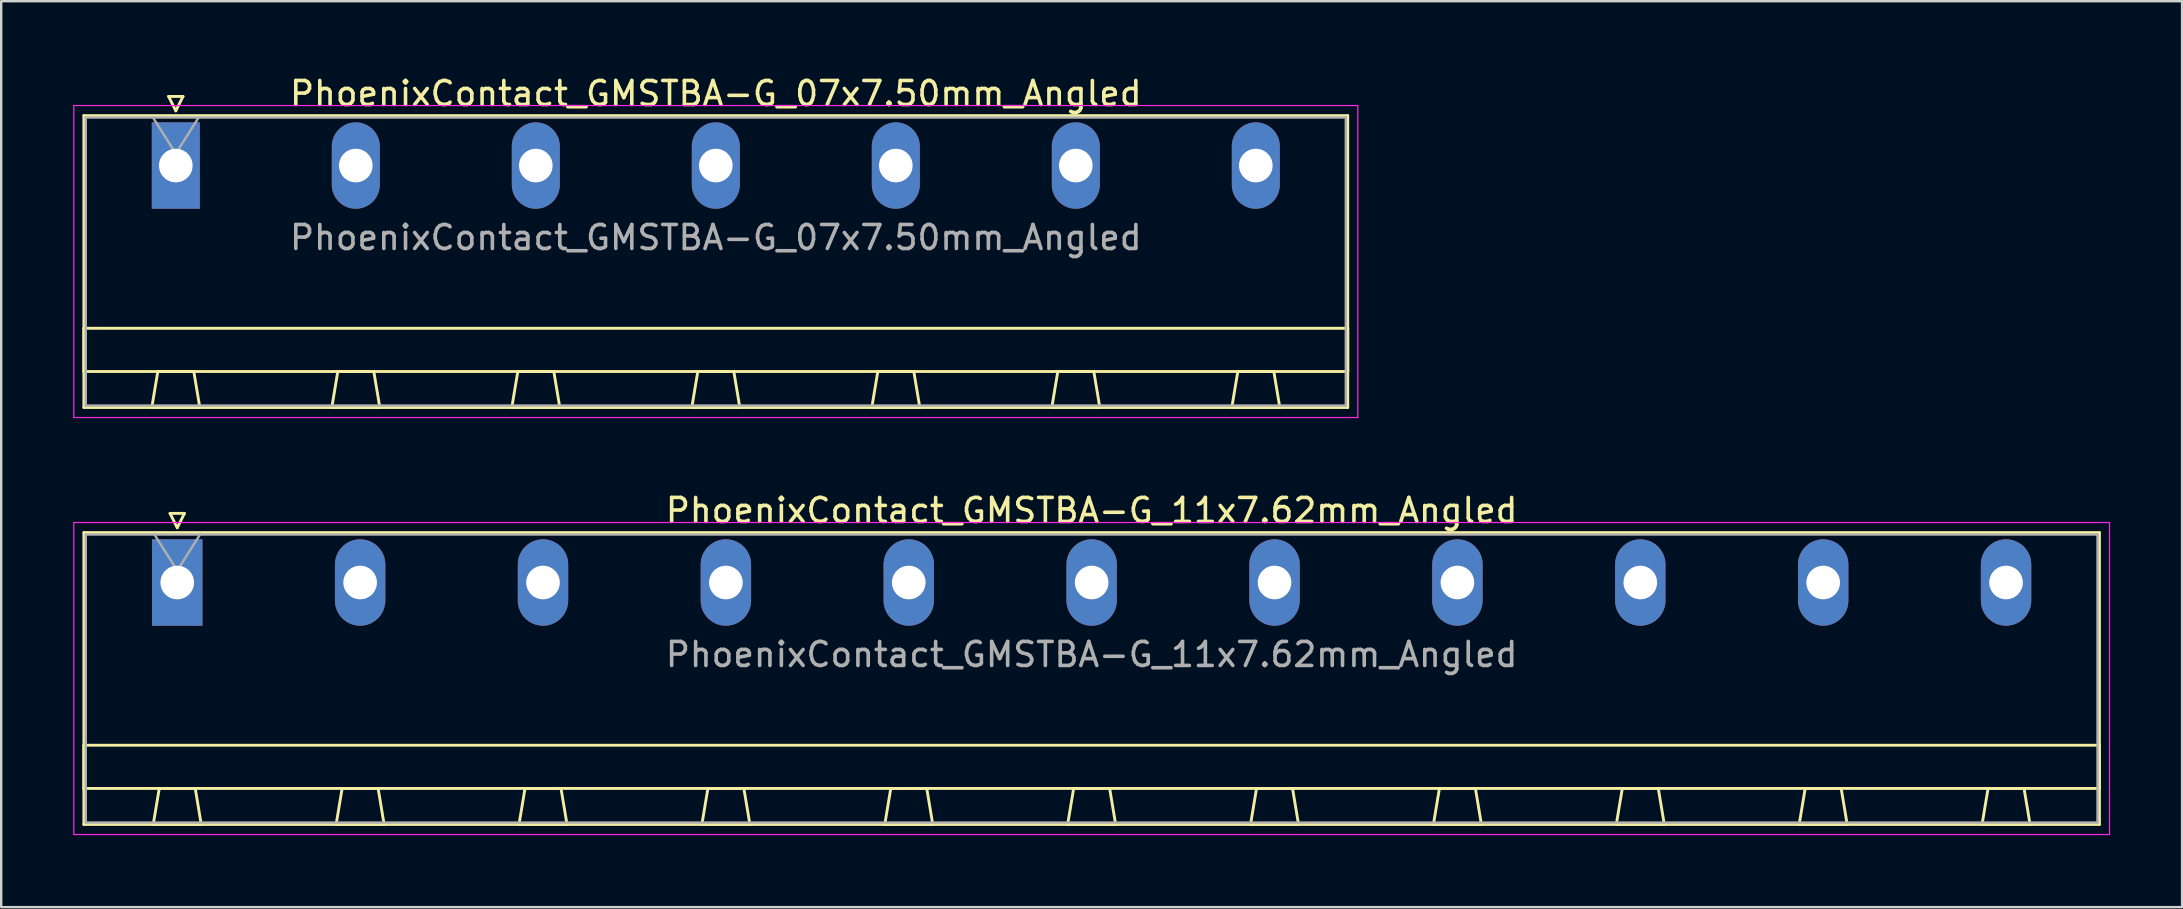
<source format=kicad_pcb>
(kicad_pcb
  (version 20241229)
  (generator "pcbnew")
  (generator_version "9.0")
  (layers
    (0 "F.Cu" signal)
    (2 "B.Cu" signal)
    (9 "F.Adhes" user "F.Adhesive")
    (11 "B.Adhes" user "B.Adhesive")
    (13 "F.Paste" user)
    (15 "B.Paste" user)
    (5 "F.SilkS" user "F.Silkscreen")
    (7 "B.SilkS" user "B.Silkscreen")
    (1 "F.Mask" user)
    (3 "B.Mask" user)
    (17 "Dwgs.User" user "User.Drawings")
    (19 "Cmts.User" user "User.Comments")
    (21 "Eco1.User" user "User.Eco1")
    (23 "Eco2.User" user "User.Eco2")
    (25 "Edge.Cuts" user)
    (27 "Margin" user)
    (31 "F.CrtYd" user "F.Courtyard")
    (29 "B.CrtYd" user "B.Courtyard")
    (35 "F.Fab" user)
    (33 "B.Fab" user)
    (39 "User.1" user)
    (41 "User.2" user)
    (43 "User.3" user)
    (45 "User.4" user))
  (footprint "PhoenixContact_GMSTBA-G_07x7.50mm_Angled"
    (layer "F.Cu")
    (at 4.275 3.848)
    (property "Reference" "PhoenixContact_GMSTBA-G_07x7.50mm_Angled" (at 22.5 -3 0) (layer "F.SilkS") (effects (font (size 1 1) (thickness 0.15))))
    (attr through_hole)
    (fp_line (start -3.83 -2.08) (end -3.83 10.08) (stroke (width 0.12) (type solid)) (layer "F.SilkS"))
    (fp_line (start -3.83 6.78) (end 48.83 6.78) (stroke (width 0.12) (type solid)) (layer "F.SilkS"))
    (fp_line (start -3.83 8.58) (end -3.83 6.78) (stroke (width 0.12) (type solid)) (layer "F.SilkS"))
    (fp_line (start -3.83 10.08) (end 48.83 10.08) (stroke (width 0.12) (type solid)) (layer "F.SilkS"))
    (fp_line (start -1 10.08) (end 1 10.08) (stroke (width 0.12) (type solid)) (layer "F.SilkS"))
    (fp_line (start -0.75 8.58) (end -1 10.08) (stroke (width 0.12) (type solid)) (layer "F.SilkS"))
    (fp_line (start -0.3 -2.88) (end 0.3 -2.88) (stroke (width 0.12) (type solid)) (layer "F.SilkS"))
    (fp_line (start 0 -2.28) (end -0.3 -2.88) (stroke (width 0.12) (type solid)) (layer "F.SilkS"))
    (fp_line (start 0.3 -2.88) (end 0 -2.28) (stroke (width 0.12) (type solid)) (layer "F.SilkS"))
    (fp_line (start 0.75 8.58) (end -0.75 8.58) (stroke (width 0.12) (type solid)) (layer "F.SilkS"))
    (fp_line (start 1 10.08) (end 0.75 8.58) (stroke (width 0.12) (type solid)) (layer "F.SilkS"))
    (fp_line (start 6.5 10.08) (end 8.5 10.08) (stroke (width 0.12) (type solid)) (layer "F.SilkS"))
    (fp_line (start 6.75 8.58) (end 6.5 10.08) (stroke (width 0.12) (type solid)) (layer "F.SilkS"))
    (fp_line (start 8.25 8.58) (end 6.75 8.58) (stroke (width 0.12) (type solid)) (layer "F.SilkS"))
    (fp_line (start 8.5 10.08) (end 8.25 8.58) (stroke (width 0.12) (type solid)) (layer "F.SilkS"))
    (fp_line (start 14 10.08) (end 16 10.08) (stroke (width 0.12) (type solid)) (layer "F.SilkS"))
    (fp_line (start 14.25 8.58) (end 14 10.08) (stroke (width 0.12) (type solid)) (layer "F.SilkS"))
    (fp_line (start 15.75 8.58) (end 14.25 8.58) (stroke (width 0.12) (type solid)) (layer "F.SilkS"))
    (fp_line (start 16 10.08) (end 15.75 8.58) (stroke (width 0.12) (type solid)) (layer "F.SilkS"))
    (fp_line (start 21.5 10.08) (end 23.5 10.08) (stroke (width 0.12) (type solid)) (layer "F.SilkS"))
    (fp_line (start 21.75 8.58) (end 21.5 10.08) (stroke (width 0.12) (type solid)) (layer "F.SilkS"))
    (fp_line (start 23.25 8.58) (end 21.75 8.58) (stroke (width 0.12) (type solid)) (layer "F.SilkS"))
    (fp_line (start 23.5 10.08) (end 23.25 8.58) (stroke (width 0.12) (type solid)) (layer "F.SilkS"))
    (fp_line (start 29 10.08) (end 31 10.08) (stroke (width 0.12) (type solid)) (layer "F.SilkS"))
    (fp_line (start 29.25 8.58) (end 29 10.08) (stroke (width 0.12) (type solid)) (layer "F.SilkS"))
    (fp_line (start 30.75 8.58) (end 29.25 8.58) (stroke (width 0.12) (type solid)) (layer "F.SilkS"))
    (fp_line (start 31 10.08) (end 30.75 8.58) (stroke (width 0.12) (type solid)) (layer "F.SilkS"))
    (fp_line (start 36.5 10.08) (end 38.5 10.08) (stroke (width 0.12) (type solid)) (layer "F.SilkS"))
    (fp_line (start 36.75 8.58) (end 36.5 10.08) (stroke (width 0.12) (type solid)) (layer "F.SilkS"))
    (fp_line (start 38.25 8.58) (end 36.75 8.58) (stroke (width 0.12) (type solid)) (layer "F.SilkS"))
    (fp_line (start 38.5 10.08) (end 38.25 8.58) (stroke (width 0.12) (type solid)) (layer "F.SilkS"))
    (fp_line (start 44 10.08) (end 46 10.08) (stroke (width 0.12) (type solid)) (layer "F.SilkS"))
    (fp_line (start 44.25 8.58) (end 44 10.08) (stroke (width 0.12) (type solid)) (layer "F.SilkS"))
    (fp_line (start 45.75 8.58) (end 44.25 8.58) (stroke (width 0.12) (type solid)) (layer "F.SilkS"))
    (fp_line (start 46 10.08) (end 45.75 8.58) (stroke (width 0.12) (type solid)) (layer "F.SilkS"))
    (fp_line (start 48.83 -2.08) (end -3.83 -2.08) (stroke (width 0.12) (type solid)) (layer "F.SilkS"))
    (fp_line (start 48.83 6.78) (end 48.83 8.58) (stroke (width 0.12) (type solid)) (layer "F.SilkS"))
    (fp_line (start 48.83 8.58) (end -3.83 8.58) (stroke (width 0.12) (type solid)) (layer "F.SilkS"))
    (fp_line (start 48.83 10.08) (end 48.83 -2.08) (stroke (width 0.12) (type solid)) (layer "F.SilkS"))
    (fp_line (start -4.25 -2.5) (end -4.25 10.5) (stroke (width 0.05) (type solid)) (layer "F.CrtYd"))
    (fp_line (start -4.25 10.5) (end 49.25 10.5) (stroke (width 0.05) (type solid)) (layer "F.CrtYd"))
    (fp_line (start 49.25 -2.5) (end -4.25 -2.5) (stroke (width 0.05) (type solid)) (layer "F.CrtYd"))
    (fp_line (start 49.25 10.5) (end 49.25 -2.5) (stroke (width 0.05) (type solid)) (layer "F.CrtYd"))
    (fp_line (start -3.75 -2) (end -3.75 10) (stroke (width 0.1) (type solid)) (layer "F.Fab"))
    (fp_line (start -3.75 10) (end 48.75 10) (stroke (width 0.1) (type solid)) (layer "F.Fab"))
    (fp_line (start 0 -0.5) (end -0.95 -2) (stroke (width 0.1) (type solid)) (layer "F.Fab"))
    (fp_line (start 0.95 -2) (end 0 -0.5) (stroke (width 0.1) (type solid)) (layer "F.Fab"))
    (fp_line (start 48.75 -2) (end -3.75 -2) (stroke (width 0.1) (type solid)) (layer "F.Fab"))
    (fp_line (start 48.75 10) (end 48.75 -2) (stroke (width 0.1) (type solid)) (layer "F.Fab"))
    (fp_text user "${REFERENCE}" (at 22.5 3 0) (layer "F.Fab") (effects (font (size 1 1) (thickness 0.15))))
    (pad "1" thru_hole rect (at 0 0) (size 2 3.6) (drill 1.4) (layers "*.Cu" "*.Mask"))
    (pad "2" thru_hole oval (at 7.5 0) (size 2 3.6) (drill 1.4) (layers "*.Cu" "*.Mask"))
    (pad "3" thru_hole oval (at 15 0) (size 2 3.6) (drill 1.4) (layers "*.Cu" "*.Mask"))
    (pad "4" thru_hole oval (at 22.5 0) (size 2 3.6) (drill 1.4) (layers "*.Cu" "*.Mask"))
    (pad "5" thru_hole oval (at 30 0) (size 2 3.6) (drill 1.4) (layers "*.Cu" "*.Mask"))
    (pad "6" thru_hole oval (at 37.5 0) (size 2 3.6) (drill 1.4) (layers "*.Cu" "*.Mask"))
    (pad "7" thru_hole oval (at 45 0) (size 2 3.6) (drill 1.4) (layers "*.Cu" "*.Mask")))
  (footprint "PhoenixContact_GMSTBA-G_11x7.62mm_Angled"
    (layer "F.Cu")
    (at 4.335 21.221)
    (property "Reference" "PhoenixContact_GMSTBA-G_11x7.62mm_Angled" (at 38.1 -3 0) (layer "F.SilkS") (effects (font (size 1 1) (thickness 0.15))))
    (attr through_hole)
    (fp_line (start -3.89 -2.08) (end -3.89 10.08) (stroke (width 0.12) (type solid)) (layer "F.SilkS"))
    (fp_line (start -3.89 6.78) (end 80.09 6.78) (stroke (width 0.12) (type solid)) (layer "F.SilkS"))
    (fp_line (start -3.89 8.58) (end -3.89 6.78) (stroke (width 0.12) (type solid)) (layer "F.SilkS"))
    (fp_line (start -3.89 10.08) (end 80.09 10.08) (stroke (width 0.12) (type solid)) (layer "F.SilkS"))
    (fp_line (start -1 10.08) (end 1 10.08) (stroke (width 0.12) (type solid)) (layer "F.SilkS"))
    (fp_line (start -0.75 8.58) (end -1 10.08) (stroke (width 0.12) (type solid)) (layer "F.SilkS"))
    (fp_line (start -0.3 -2.88) (end 0.3 -2.88) (stroke (width 0.12) (type solid)) (layer "F.SilkS"))
    (fp_line (start 0 -2.28) (end -0.3 -2.88) (stroke (width 0.12) (type solid)) (layer "F.SilkS"))
    (fp_line (start 0.3 -2.88) (end 0 -2.28) (stroke (width 0.12) (type solid)) (layer "F.SilkS"))
    (fp_line (start 0.75 8.58) (end -0.75 8.58) (stroke (width 0.12) (type solid)) (layer "F.SilkS"))
    (fp_line (start 1 10.08) (end 0.75 8.58) (stroke (width 0.12) (type solid)) (layer "F.SilkS"))
    (fp_line (start 6.62 10.08) (end 8.62 10.08) (stroke (width 0.12) (type solid)) (layer "F.SilkS"))
    (fp_line (start 6.87 8.58) (end 6.62 10.08) (stroke (width 0.12) (type solid)) (layer "F.SilkS"))
    (fp_line (start 8.37 8.58) (end 6.87 8.58) (stroke (width 0.12) (type solid)) (layer "F.SilkS"))
    (fp_line (start 8.62 10.08) (end 8.37 8.58) (stroke (width 0.12) (type solid)) (layer "F.SilkS"))
    (fp_line (start 14.24 10.08) (end 16.24 10.08) (stroke (width 0.12) (type solid)) (layer "F.SilkS"))
    (fp_line (start 14.49 8.58) (end 14.24 10.08) (stroke (width 0.12) (type solid)) (layer "F.SilkS"))
    (fp_line (start 15.99 8.58) (end 14.49 8.58) (stroke (width 0.12) (type solid)) (layer "F.SilkS"))
    (fp_line (start 16.24 10.08) (end 15.99 8.58) (stroke (width 0.12) (type solid)) (layer "F.SilkS"))
    (fp_line (start 21.86 10.08) (end 23.86 10.08) (stroke (width 0.12) (type solid)) (layer "F.SilkS"))
    (fp_line (start 22.11 8.58) (end 21.86 10.08) (stroke (width 0.12) (type solid)) (layer "F.SilkS"))
    (fp_line (start 23.61 8.58) (end 22.11 8.58) (stroke (width 0.12) (type solid)) (layer "F.SilkS"))
    (fp_line (start 23.86 10.08) (end 23.61 8.58) (stroke (width 0.12) (type solid)) (layer "F.SilkS"))
    (fp_line (start 29.48 10.08) (end 31.48 10.08) (stroke (width 0.12) (type solid)) (layer "F.SilkS"))
    (fp_line (start 29.73 8.58) (end 29.48 10.08) (stroke (width 0.12) (type solid)) (layer "F.SilkS"))
    (fp_line (start 31.23 8.58) (end 29.73 8.58) (stroke (width 0.12) (type solid)) (layer "F.SilkS"))
    (fp_line (start 31.48 10.08) (end 31.23 8.58) (stroke (width 0.12) (type solid)) (layer "F.SilkS"))
    (fp_line (start 37.1 10.08) (end 39.1 10.08) (stroke (width 0.12) (type solid)) (layer "F.SilkS"))
    (fp_line (start 37.35 8.58) (end 37.1 10.08) (stroke (width 0.12) (type solid)) (layer "F.SilkS"))
    (fp_line (start 38.85 8.58) (end 37.35 8.58) (stroke (width 0.12) (type solid)) (layer "F.SilkS"))
    (fp_line (start 39.1 10.08) (end 38.85 8.58) (stroke (width 0.12) (type solid)) (layer "F.SilkS"))
    (fp_line (start 44.72 10.08) (end 46.72 10.08) (stroke (width 0.12) (type solid)) (layer "F.SilkS"))
    (fp_line (start 44.97 8.58) (end 44.72 10.08) (stroke (width 0.12) (type solid)) (layer "F.SilkS"))
    (fp_line (start 46.47 8.58) (end 44.97 8.58) (stroke (width 0.12) (type solid)) (layer "F.SilkS"))
    (fp_line (start 46.72 10.08) (end 46.47 8.58) (stroke (width 0.12) (type solid)) (layer "F.SilkS"))
    (fp_line (start 52.34 10.08) (end 54.34 10.08) (stroke (width 0.12) (type solid)) (layer "F.SilkS"))
    (fp_line (start 52.59 8.58) (end 52.34 10.08) (stroke (width 0.12) (type solid)) (layer "F.SilkS"))
    (fp_line (start 54.09 8.58) (end 52.59 8.58) (stroke (width 0.12) (type solid)) (layer "F.SilkS"))
    (fp_line (start 54.34 10.08) (end 54.09 8.58) (stroke (width 0.12) (type solid)) (layer "F.SilkS"))
    (fp_line (start 59.96 10.08) (end 61.96 10.08) (stroke (width 0.12) (type solid)) (layer "F.SilkS"))
    (fp_line (start 60.21 8.58) (end 59.96 10.08) (stroke (width 0.12) (type solid)) (layer "F.SilkS"))
    (fp_line (start 61.71 8.58) (end 60.21 8.58) (stroke (width 0.12) (type solid)) (layer "F.SilkS"))
    (fp_line (start 61.96 10.08) (end 61.71 8.58) (stroke (width 0.12) (type solid)) (layer "F.SilkS"))
    (fp_line (start 67.58 10.08) (end 69.58 10.08) (stroke (width 0.12) (type solid)) (layer "F.SilkS"))
    (fp_line (start 67.83 8.58) (end 67.58 10.08) (stroke (width 0.12) (type solid)) (layer "F.SilkS"))
    (fp_line (start 69.33 8.58) (end 67.83 8.58) (stroke (width 0.12) (type solid)) (layer "F.SilkS"))
    (fp_line (start 69.58 10.08) (end 69.33 8.58) (stroke (width 0.12) (type solid)) (layer "F.SilkS"))
    (fp_line (start 75.2 10.08) (end 77.2 10.08) (stroke (width 0.12) (type solid)) (layer "F.SilkS"))
    (fp_line (start 75.45 8.58) (end 75.2 10.08) (stroke (width 0.12) (type solid)) (layer "F.SilkS"))
    (fp_line (start 76.95 8.58) (end 75.45 8.58) (stroke (width 0.12) (type solid)) (layer "F.SilkS"))
    (fp_line (start 77.2 10.08) (end 76.95 8.58) (stroke (width 0.12) (type solid)) (layer "F.SilkS"))
    (fp_line (start 80.09 -2.08) (end -3.89 -2.08) (stroke (width 0.12) (type solid)) (layer "F.SilkS"))
    (fp_line (start 80.09 6.78) (end 80.09 8.58) (stroke (width 0.12) (type solid)) (layer "F.SilkS"))
    (fp_line (start 80.09 8.58) (end -3.89 8.58) (stroke (width 0.12) (type solid)) (layer "F.SilkS"))
    (fp_line (start 80.09 10.08) (end 80.09 -2.08) (stroke (width 0.12) (type solid)) (layer "F.SilkS"))
    (fp_line (start -4.31 -2.5) (end -4.31 10.5) (stroke (width 0.05) (type solid)) (layer "F.CrtYd"))
    (fp_line (start -4.31 10.5) (end 80.51 10.5) (stroke (width 0.05) (type solid)) (layer "F.CrtYd"))
    (fp_line (start 80.51 -2.5) (end -4.31 -2.5) (stroke (width 0.05) (type solid)) (layer "F.CrtYd"))
    (fp_line (start 80.51 10.5) (end 80.51 -2.5) (stroke (width 0.05) (type solid)) (layer "F.CrtYd"))
    (fp_line (start -3.81 -2) (end -3.81 10) (stroke (width 0.1) (type solid)) (layer "F.Fab"))
    (fp_line (start -3.81 10) (end 80.01 10) (stroke (width 0.1) (type solid)) (layer "F.Fab"))
    (fp_line (start 0 -0.5) (end -0.95 -2) (stroke (width 0.1) (type solid)) (layer "F.Fab"))
    (fp_line (start 0.95 -2) (end 0 -0.5) (stroke (width 0.1) (type solid)) (layer "F.Fab"))
    (fp_line (start 80.01 -2) (end -3.81 -2) (stroke (width 0.1) (type solid)) (layer "F.Fab"))
    (fp_line (start 80.01 10) (end 80.01 -2) (stroke (width 0.1) (type solid)) (layer "F.Fab"))
    (fp_text user "${REFERENCE}" (at 38.1 3 0) (layer "F.Fab") (effects (font (size 1 1) (thickness 0.15))))
    (pad "1" thru_hole rect (at 0 0) (size 2.1 3.6) (drill 1.4) (layers "*.Cu" "*.Mask"))
    (pad "2" thru_hole oval (at 7.62 0) (size 2.1 3.6) (drill 1.4) (layers "*.Cu" "*.Mask"))
    (pad "3" thru_hole oval (at 15.24 0) (size 2.1 3.6) (drill 1.4) (layers "*.Cu" "*.Mask"))
    (pad "4" thru_hole oval (at 22.86 0) (size 2.1 3.6) (drill 1.4) (layers "*.Cu" "*.Mask"))
    (pad "5" thru_hole oval (at 30.48 0) (size 2.1 3.6) (drill 1.4) (layers "*.Cu" "*.Mask"))
    (pad "6" thru_hole oval (at 38.1 0) (size 2.1 3.6) (drill 1.4) (layers "*.Cu" "*.Mask"))
    (pad "7" thru_hole oval (at 45.72 0) (size 2.1 3.6) (drill 1.4) (layers "*.Cu" "*.Mask"))
    (pad "8" thru_hole oval (at 53.34 0) (size 2.1 3.6) (drill 1.4) (layers "*.Cu" "*.Mask"))
    (pad "9" thru_hole oval (at 60.96 0) (size 2.1 3.6) (drill 1.4) (layers "*.Cu" "*.Mask"))
    (pad "10" thru_hole oval (at 68.58 0) (size 2.1 3.6) (drill 1.4) (layers "*.Cu" "*.Mask"))
    (pad "11" thru_hole oval (at 76.2 0) (size 2.1 3.6) (drill 1.4) (layers "*.Cu" "*.Mask")))
  (gr_rect
    (start -3 -3)
    (end 87.87 34.746)
    (stroke (width 0.1) (type default))
    (fill no)
    (layer "Edge.Cuts")))
</source>
